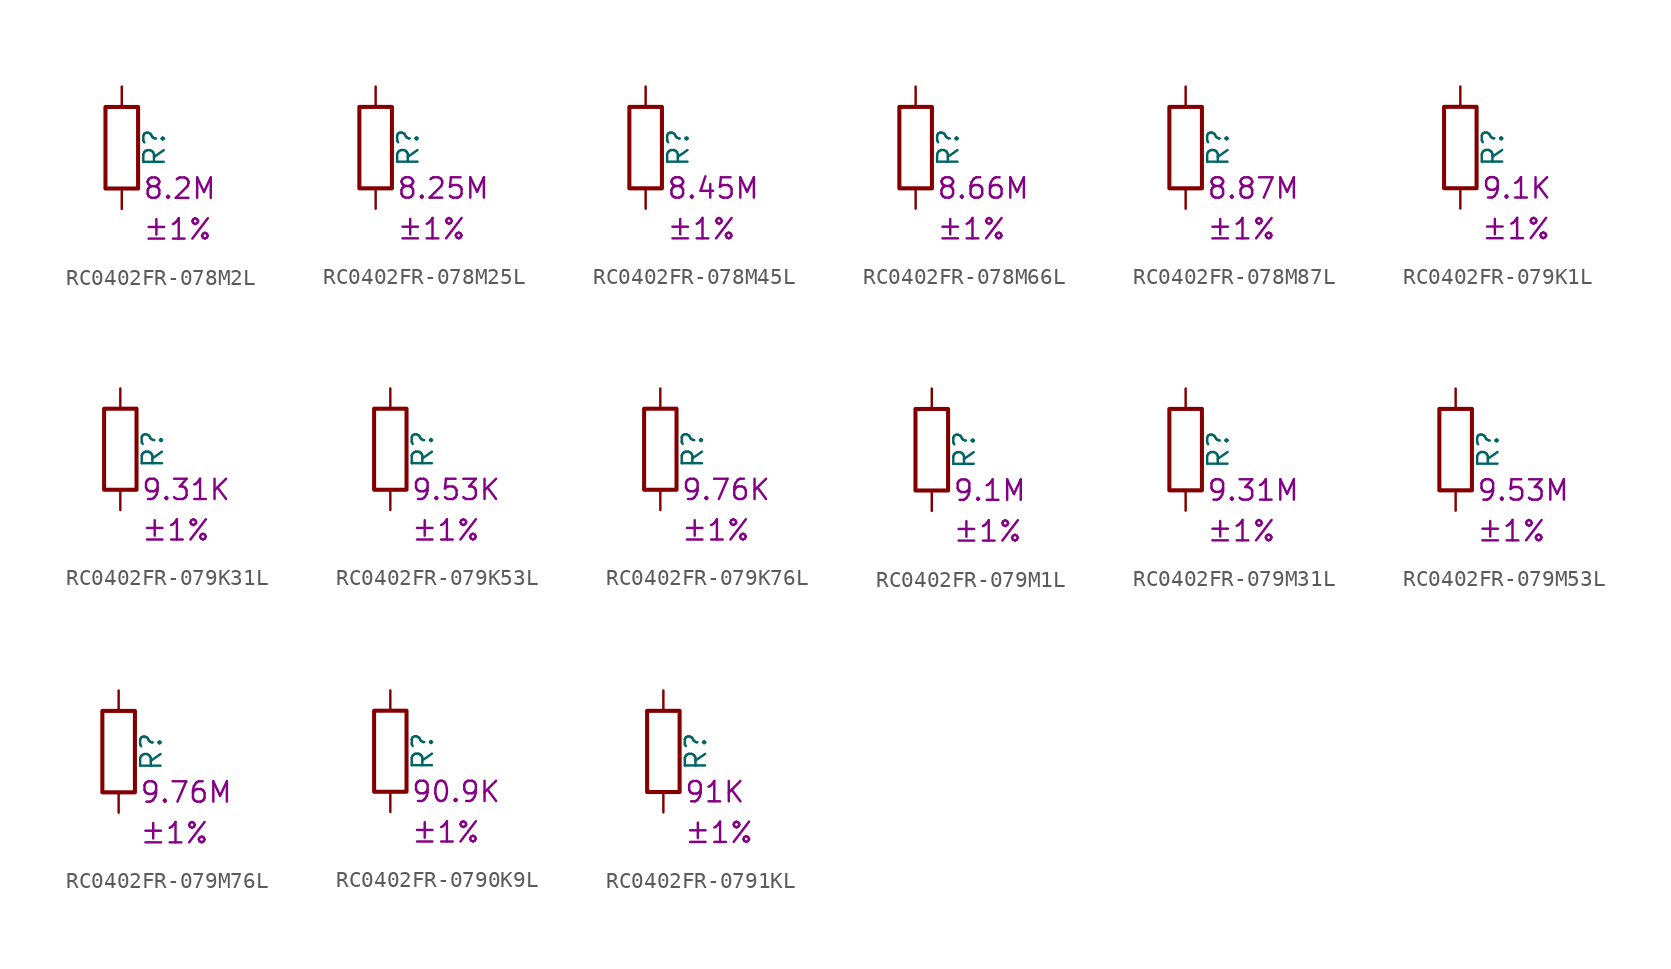
<source format=kicad_sym>
(kicad_symbol_lib
  (version 20220914)
  (generator kicad_symbol_editor)
  (symbol "RC0402FR-078M2L"
    (pin_numbers hide)
    (pin_names
      (offset 0))
    (property "Reference" "R"
      (at 2.032 0 90)
      (effects (font (size 1.27 1.27))))
    (property "Resistance" "8.2M"
      (at 1.27 -2.54 0)
      (effects (font (size 1.27 1.27)) (justify left)))
    (property "Tolerance" "±1%"
      (at 1.27 -5.08 0)
      (effects (font (size 1.27 1.27)) (justify left)))
    (symbol "RC0402FR-078M2L_0_1"
      (rectangle (start -1.016 -2.54) (end 1.016 2.54) (stroke (width 0.254) (type default)) (fill (type none))))
    (symbol "RC0402FR-078M2L_1_1"
      (pin passive line (at 0 3.81 270) (length 1.27) (name "~" (effects (font (size 1.27 1.27)))) (number "1" (effects (font (size 1.27 1.27)))))
      (pin passive line (at 0 -3.81 90) (length 1.27) (name "~" (effects (font (size 1.27 1.27)))) (number "2" (effects (font (size 1.27 1.27)))))))
  (symbol "RC0402FR-078M25L"
    (pin_numbers hide)
    (pin_names
      (offset 0))
    (property "Reference" "R"
      (at 2.032 0 90)
      (effects (font (size 1.27 1.27))))
    (property "Resistance" "8.25M"
      (at 1.27 -2.54 0)
      (effects (font (size 1.27 1.27)) (justify left)))
    (property "Tolerance" "±1%"
      (at 1.27 -5.08 0)
      (effects (font (size 1.27 1.27)) (justify left)))
    (symbol "RC0402FR-078M25L_0_1"
      (rectangle (start -1.016 -2.54) (end 1.016 2.54) (stroke (width 0.254) (type default)) (fill (type none))))
    (symbol "RC0402FR-078M25L_1_1"
      (pin passive line (at 0 3.81 270) (length 1.27) (name "~" (effects (font (size 1.27 1.27)))) (number "1" (effects (font (size 1.27 1.27)))))
      (pin passive line (at 0 -3.81 90) (length 1.27) (name "~" (effects (font (size 1.27 1.27)))) (number "2" (effects (font (size 1.27 1.27)))))))
  (symbol "RC0402FR-078M45L"
    (pin_numbers hide)
    (pin_names
      (offset 0))
    (property "Reference" "R"
      (at 2.032 0 90)
      (effects (font (size 1.27 1.27))))
    (property "Resistance" "8.45M"
      (at 1.27 -2.54 0)
      (effects (font (size 1.27 1.27)) (justify left)))
    (property "Tolerance" "±1%"
      (at 1.27 -5.08 0)
      (effects (font (size 1.27 1.27)) (justify left)))
    (symbol "RC0402FR-078M45L_0_1"
      (rectangle (start -1.016 -2.54) (end 1.016 2.54) (stroke (width 0.254) (type default)) (fill (type none))))
    (symbol "RC0402FR-078M45L_1_1"
      (pin passive line (at 0 3.81 270) (length 1.27) (name "~" (effects (font (size 1.27 1.27)))) (number "1" (effects (font (size 1.27 1.27)))))
      (pin passive line (at 0 -3.81 90) (length 1.27) (name "~" (effects (font (size 1.27 1.27)))) (number "2" (effects (font (size 1.27 1.27)))))))
  (symbol "RC0402FR-078M66L"
    (pin_numbers hide)
    (pin_names
      (offset 0))
    (property "Reference" "R"
      (at 2.032 0 90)
      (effects (font (size 1.27 1.27))))
    (property "Resistance" "8.66M"
      (at 1.27 -2.54 0)
      (effects (font (size 1.27 1.27)) (justify left)))
    (property "Tolerance" "±1%"
      (at 1.27 -5.08 0)
      (effects (font (size 1.27 1.27)) (justify left)))
    (symbol "RC0402FR-078M66L_0_1"
      (rectangle (start -1.016 -2.54) (end 1.016 2.54) (stroke (width 0.254) (type default)) (fill (type none))))
    (symbol "RC0402FR-078M66L_1_1"
      (pin passive line (at 0 3.81 270) (length 1.27) (name "~" (effects (font (size 1.27 1.27)))) (number "1" (effects (font (size 1.27 1.27)))))
      (pin passive line (at 0 -3.81 90) (length 1.27) (name "~" (effects (font (size 1.27 1.27)))) (number "2" (effects (font (size 1.27 1.27)))))))
  (symbol "RC0402FR-078M87L"
    (pin_numbers hide)
    (pin_names
      (offset 0))
    (property "Reference" "R"
      (at 2.032 0 90)
      (effects (font (size 1.27 1.27))))
    (property "Resistance" "8.87M"
      (at 1.27 -2.54 0)
      (effects (font (size 1.27 1.27)) (justify left)))
    (property "Tolerance" "±1%"
      (at 1.27 -5.08 0)
      (effects (font (size 1.27 1.27)) (justify left)))
    (symbol "RC0402FR-078M87L_0_1"
      (rectangle (start -1.016 -2.54) (end 1.016 2.54) (stroke (width 0.254) (type default)) (fill (type none))))
    (symbol "RC0402FR-078M87L_1_1"
      (pin passive line (at 0 3.81 270) (length 1.27) (name "~" (effects (font (size 1.27 1.27)))) (number "1" (effects (font (size 1.27 1.27)))))
      (pin passive line (at 0 -3.81 90) (length 1.27) (name "~" (effects (font (size 1.27 1.27)))) (number "2" (effects (font (size 1.27 1.27)))))))
  (symbol "RC0402FR-079K1L"
    (pin_numbers hide)
    (pin_names
      (offset 0))
    (property "Reference" "R"
      (at 2.032 0 90)
      (effects (font (size 1.27 1.27))))
    (property "Resistance" "9.1K"
      (at 1.27 -2.54 0)
      (effects (font (size 1.27 1.27)) (justify left)))
    (property "Tolerance" "±1%"
      (at 1.27 -5.08 0)
      (effects (font (size 1.27 1.27)) (justify left)))
    (symbol "RC0402FR-079K1L_0_1"
      (rectangle (start -1.016 -2.54) (end 1.016 2.54) (stroke (width 0.254) (type default)) (fill (type none))))
    (symbol "RC0402FR-079K1L_1_1"
      (pin passive line (at 0 3.81 270) (length 1.27) (name "~" (effects (font (size 1.27 1.27)))) (number "1" (effects (font (size 1.27 1.27)))))
      (pin passive line (at 0 -3.81 90) (length 1.27) (name "~" (effects (font (size 1.27 1.27)))) (number "2" (effects (font (size 1.27 1.27)))))))
  (symbol "RC0402FR-079K31L"
    (pin_numbers hide)
    (pin_names
      (offset 0))
    (property "Reference" "R"
      (at 2.032 0 90)
      (effects (font (size 1.27 1.27))))
    (property "Resistance" "9.31K"
      (at 1.27 -2.54 0)
      (effects (font (size 1.27 1.27)) (justify left)))
    (property "Tolerance" "±1%"
      (at 1.27 -5.08 0)
      (effects (font (size 1.27 1.27)) (justify left)))
    (symbol "RC0402FR-079K31L_0_1"
      (rectangle (start -1.016 -2.54) (end 1.016 2.54) (stroke (width 0.254) (type default)) (fill (type none))))
    (symbol "RC0402FR-079K31L_1_1"
      (pin passive line (at 0 3.81 270) (length 1.27) (name "~" (effects (font (size 1.27 1.27)))) (number "1" (effects (font (size 1.27 1.27)))))
      (pin passive line (at 0 -3.81 90) (length 1.27) (name "~" (effects (font (size 1.27 1.27)))) (number "2" (effects (font (size 1.27 1.27)))))))
  (symbol "RC0402FR-079K53L"
    (pin_numbers hide)
    (pin_names
      (offset 0))
    (property "Reference" "R"
      (at 2.032 0 90)
      (effects (font (size 1.27 1.27))))
    (property "Resistance" "9.53K"
      (at 1.27 -2.54 0)
      (effects (font (size 1.27 1.27)) (justify left)))
    (property "Tolerance" "±1%"
      (at 1.27 -5.08 0)
      (effects (font (size 1.27 1.27)) (justify left)))
    (symbol "RC0402FR-079K53L_0_1"
      (rectangle (start -1.016 -2.54) (end 1.016 2.54) (stroke (width 0.254) (type default)) (fill (type none))))
    (symbol "RC0402FR-079K53L_1_1"
      (pin passive line (at 0 3.81 270) (length 1.27) (name "~" (effects (font (size 1.27 1.27)))) (number "1" (effects (font (size 1.27 1.27)))))
      (pin passive line (at 0 -3.81 90) (length 1.27) (name "~" (effects (font (size 1.27 1.27)))) (number "2" (effects (font (size 1.27 1.27)))))))
  (symbol "RC0402FR-079K76L"
    (pin_numbers hide)
    (pin_names
      (offset 0))
    (property "Reference" "R"
      (at 2.032 0 90)
      (effects (font (size 1.27 1.27))))
    (property "Resistance" "9.76K"
      (at 1.27 -2.54 0)
      (effects (font (size 1.27 1.27)) (justify left)))
    (property "Tolerance" "±1%"
      (at 1.27 -5.08 0)
      (effects (font (size 1.27 1.27)) (justify left)))
    (symbol "RC0402FR-079K76L_0_1"
      (rectangle (start -1.016 -2.54) (end 1.016 2.54) (stroke (width 0.254) (type default)) (fill (type none))))
    (symbol "RC0402FR-079K76L_1_1"
      (pin passive line (at 0 3.81 270) (length 1.27) (name "~" (effects (font (size 1.27 1.27)))) (number "1" (effects (font (size 1.27 1.27)))))
      (pin passive line (at 0 -3.81 90) (length 1.27) (name "~" (effects (font (size 1.27 1.27)))) (number "2" (effects (font (size 1.27 1.27)))))))
  (symbol "RC0402FR-079M1L"
    (pin_numbers hide)
    (pin_names
      (offset 0))
    (property "Reference" "R"
      (at 2.032 0 90)
      (effects (font (size 1.27 1.27))))
    (property "Resistance" "9.1M"
      (at 1.27 -2.54 0)
      (effects (font (size 1.27 1.27)) (justify left)))
    (property "Tolerance" "±1%"
      (at 1.27 -5.08 0)
      (effects (font (size 1.27 1.27)) (justify left)))
    (symbol "RC0402FR-079M1L_0_1"
      (rectangle (start -1.016 -2.54) (end 1.016 2.54) (stroke (width 0.254) (type default)) (fill (type none))))
    (symbol "RC0402FR-079M1L_1_1"
      (pin passive line (at 0 3.81 270) (length 1.27) (name "~" (effects (font (size 1.27 1.27)))) (number "1" (effects (font (size 1.27 1.27)))))
      (pin passive line (at 0 -3.81 90) (length 1.27) (name "~" (effects (font (size 1.27 1.27)))) (number "2" (effects (font (size 1.27 1.27)))))))
  (symbol "RC0402FR-079M31L"
    (pin_numbers hide)
    (pin_names
      (offset 0))
    (property "Reference" "R"
      (at 2.032 0 90)
      (effects (font (size 1.27 1.27))))
    (property "Resistance" "9.31M"
      (at 1.27 -2.54 0)
      (effects (font (size 1.27 1.27)) (justify left)))
    (property "Tolerance" "±1%"
      (at 1.27 -5.08 0)
      (effects (font (size 1.27 1.27)) (justify left)))
    (symbol "RC0402FR-079M31L_0_1"
      (rectangle (start -1.016 -2.54) (end 1.016 2.54) (stroke (width 0.254) (type default)) (fill (type none))))
    (symbol "RC0402FR-079M31L_1_1"
      (pin passive line (at 0 3.81 270) (length 1.27) (name "~" (effects (font (size 1.27 1.27)))) (number "1" (effects (font (size 1.27 1.27)))))
      (pin passive line (at 0 -3.81 90) (length 1.27) (name "~" (effects (font (size 1.27 1.27)))) (number "2" (effects (font (size 1.27 1.27)))))))
  (symbol "RC0402FR-079M53L"
    (pin_numbers hide)
    (pin_names
      (offset 0))
    (property "Reference" "R"
      (at 2.032 0 90)
      (effects (font (size 1.27 1.27))))
    (property "Resistance" "9.53M"
      (at 1.27 -2.54 0)
      (effects (font (size 1.27 1.27)) (justify left)))
    (property "Tolerance" "±1%"
      (at 1.27 -5.08 0)
      (effects (font (size 1.27 1.27)) (justify left)))
    (symbol "RC0402FR-079M53L_0_1"
      (rectangle (start -1.016 -2.54) (end 1.016 2.54) (stroke (width 0.254) (type default)) (fill (type none))))
    (symbol "RC0402FR-079M53L_1_1"
      (pin passive line (at 0 3.81 270) (length 1.27) (name "~" (effects (font (size 1.27 1.27)))) (number "1" (effects (font (size 1.27 1.27)))))
      (pin passive line (at 0 -3.81 90) (length 1.27) (name "~" (effects (font (size 1.27 1.27)))) (number "2" (effects (font (size 1.27 1.27)))))))
  (symbol "RC0402FR-079M76L"
    (pin_numbers hide)
    (pin_names
      (offset 0))
    (property "Reference" "R"
      (at 2.032 0 90)
      (effects (font (size 1.27 1.27))))
    (property "Resistance" "9.76M"
      (at 1.27 -2.54 0)
      (effects (font (size 1.27 1.27)) (justify left)))
    (property "Tolerance" "±1%"
      (at 1.27 -5.08 0)
      (effects (font (size 1.27 1.27)) (justify left)))
    (symbol "RC0402FR-079M76L_0_1"
      (rectangle (start -1.016 -2.54) (end 1.016 2.54) (stroke (width 0.254) (type default)) (fill (type none))))
    (symbol "RC0402FR-079M76L_1_1"
      (pin passive line (at 0 3.81 270) (length 1.27) (name "~" (effects (font (size 1.27 1.27)))) (number "1" (effects (font (size 1.27 1.27)))))
      (pin passive line (at 0 -3.81 90) (length 1.27) (name "~" (effects (font (size 1.27 1.27)))) (number "2" (effects (font (size 1.27 1.27)))))))
  (symbol "RC0402FR-0790K9L"
    (pin_numbers hide)
    (pin_names
      (offset 0))
    (property "Reference" "R"
      (at 2.032 0 90)
      (effects (font (size 1.27 1.27))))
    (property "Resistance" "90.9K"
      (at 1.27 -2.54 0)
      (effects (font (size 1.27 1.27)) (justify left)))
    (property "Tolerance" "±1%"
      (at 1.27 -5.08 0)
      (effects (font (size 1.27 1.27)) (justify left)))
    (symbol "RC0402FR-0790K9L_0_1"
      (rectangle (start -1.016 -2.54) (end 1.016 2.54) (stroke (width 0.254) (type default)) (fill (type none))))
    (symbol "RC0402FR-0790K9L_1_1"
      (pin passive line (at 0 3.81 270) (length 1.27) (name "~" (effects (font (size 1.27 1.27)))) (number "1" (effects (font (size 1.27 1.27)))))
      (pin passive line (at 0 -3.81 90) (length 1.27) (name "~" (effects (font (size 1.27 1.27)))) (number "2" (effects (font (size 1.27 1.27)))))))
  (symbol "RC0402FR-0791KL"
    (pin_numbers hide)
    (pin_names
      (offset 0))
    (property "Reference" "R"
      (at 2.032 0 90)
      (effects (font (size 1.27 1.27))))
    (property "Resistance" "91K"
      (at 1.27 -2.54 0)
      (effects (font (size 1.27 1.27)) (justify left)))
    (property "Tolerance" "±1%"
      (at 1.27 -5.08 0)
      (effects (font (size 1.27 1.27)) (justify left)))
    (symbol "RC0402FR-0791KL_0_1"
      (rectangle (start -1.016 -2.54) (end 1.016 2.54) (stroke (width 0.254) (type default)) (fill (type none))))
    (symbol "RC0402FR-0791KL_1_1"
      (pin passive line (at 0 3.81 270) (length 1.27) (name "~" (effects (font (size 1.27 1.27)))) (number "1" (effects (font (size 1.27 1.27)))))
      (pin passive line (at 0 -3.81 90) (length 1.27) (name "~" (effects (font (size 1.27 1.27)))) (number "2" (effects (font (size 1.27 1.27))))))))
</source>
